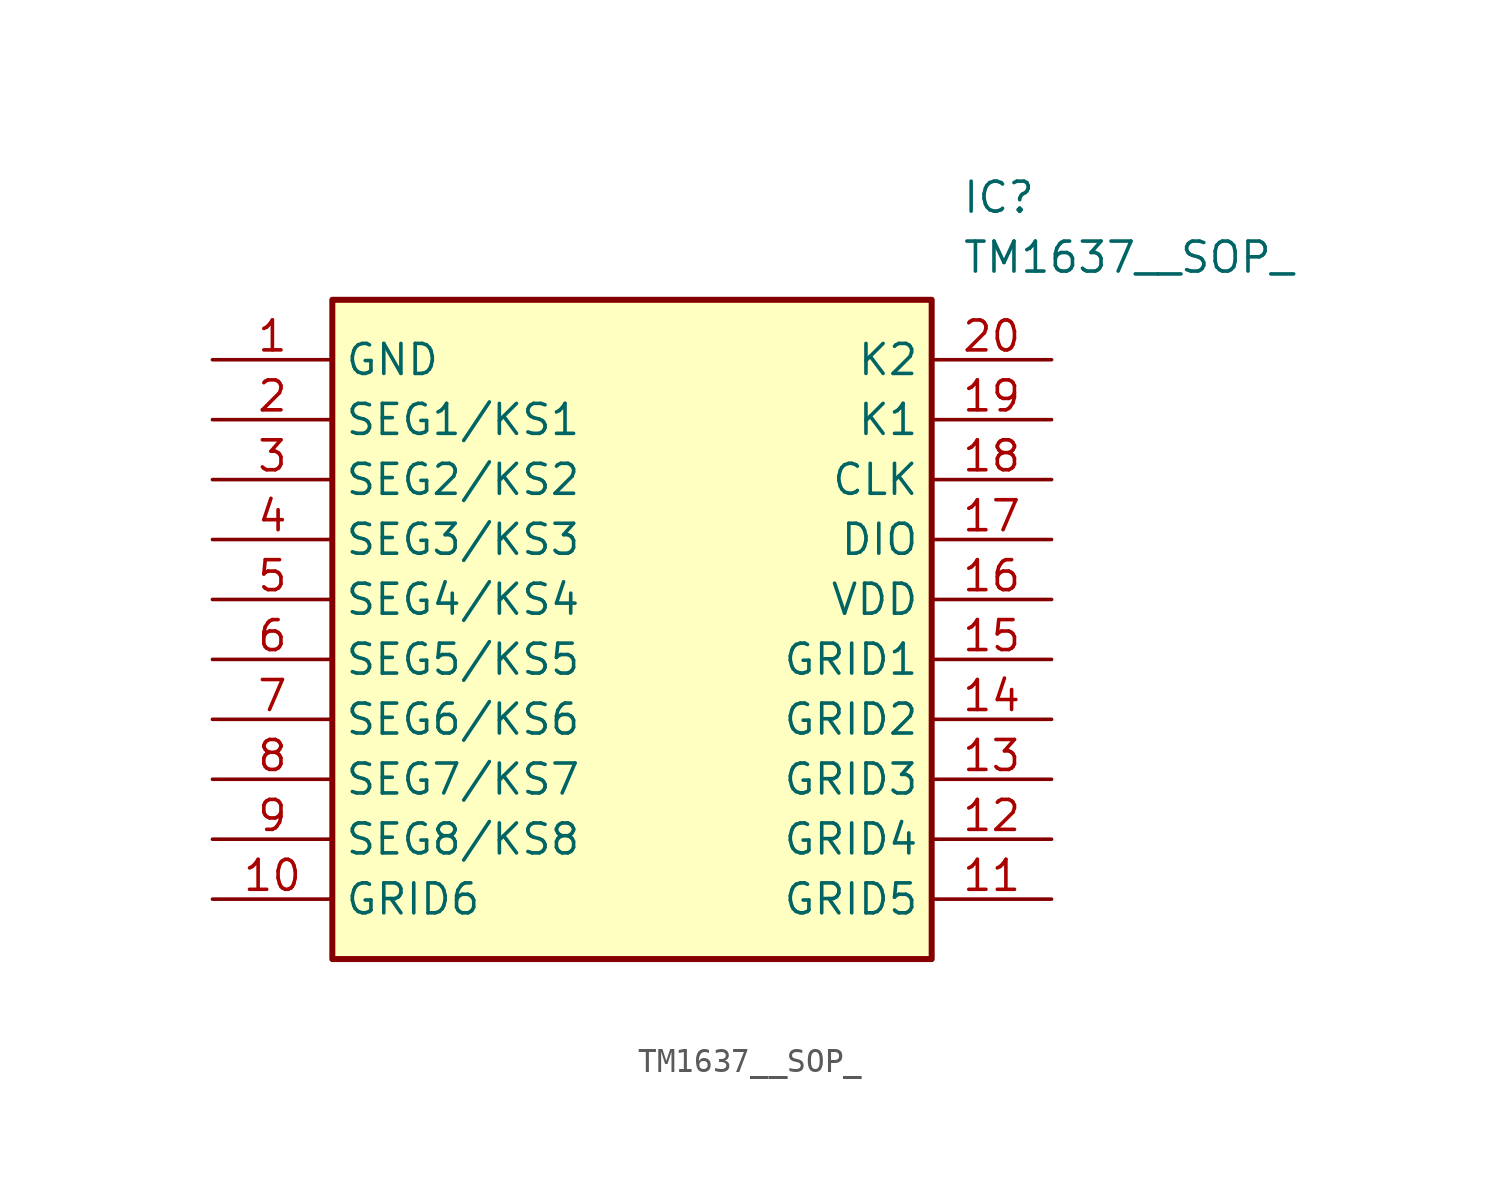
<source format=kicad_sym>
(kicad_symbol_lib
  (version 20211014)
  (generator SamacSys_ECAD_Model)
  (symbol "TM1637__SOP_"
    (property "Reference" "IC"
      (at 31.75 7.62 0)
      (effects (font (size 1.27 1.27)) (justify left top)))
    (property "Value" "TM1637__SOP_"
      (at 31.75 5.08 0)
      (effects (font (size 1.27 1.27)) (justify left top)))
    (rectangle
      (start 5.08 2.54)
      (end 30.48 -25.4)
      (stroke (width 0.254) (type default))
      (fill (type background)))
    (pin passive line
      (at 0 0 0)
      (length 5.08)
      (name "GND" (effects (font (size 1.27 1.27))))
      (number "1" (effects (font (size 1.27 1.27)))))
    (pin passive line
      (at 0 -2.54 0)
      (length 5.08)
      (name "SEG1/KS1" (effects (font (size 1.27 1.27))))
      (number "2" (effects (font (size 1.27 1.27)))))
    (pin passive line
      (at 0 -5.08 0)
      (length 5.08)
      (name "SEG2/KS2" (effects (font (size 1.27 1.27))))
      (number "3" (effects (font (size 1.27 1.27)))))
    (pin passive line
      (at 0 -7.62 0)
      (length 5.08)
      (name "SEG3/KS3" (effects (font (size 1.27 1.27))))
      (number "4" (effects (font (size 1.27 1.27)))))
    (pin passive line
      (at 0 -10.16 0)
      (length 5.08)
      (name "SEG4/KS4" (effects (font (size 1.27 1.27))))
      (number "5" (effects (font (size 1.27 1.27)))))
    (pin passive line
      (at 0 -12.7 0)
      (length 5.08)
      (name "SEG5/KS5" (effects (font (size 1.27 1.27))))
      (number "6" (effects (font (size 1.27 1.27)))))
    (pin passive line
      (at 0 -15.24 0)
      (length 5.08)
      (name "SEG6/KS6" (effects (font (size 1.27 1.27))))
      (number "7" (effects (font (size 1.27 1.27)))))
    (pin passive line
      (at 0 -17.78 0)
      (length 5.08)
      (name "SEG7/KS7" (effects (font (size 1.27 1.27))))
      (number "8" (effects (font (size 1.27 1.27)))))
    (pin passive line
      (at 0 -20.32 0)
      (length 5.08)
      (name "SEG8/KS8" (effects (font (size 1.27 1.27))))
      (number "9" (effects (font (size 1.27 1.27)))))
    (pin passive line
      (at 0 -22.86 0)
      (length 5.08)
      (name "GRID6" (effects (font (size 1.27 1.27))))
      (number "10" (effects (font (size 1.27 1.27)))))
    (pin passive line
      (at 35.56 0 180)
      (length 5.08)
      (name "K2" (effects (font (size 1.27 1.27))))
      (number "20" (effects (font (size 1.27 1.27)))))
    (pin passive line
      (at 35.56 -2.54 180)
      (length 5.08)
      (name "K1" (effects (font (size 1.27 1.27))))
      (number "19" (effects (font (size 1.27 1.27)))))
    (pin passive line
      (at 35.56 -5.08 180)
      (length 5.08)
      (name "CLK" (effects (font (size 1.27 1.27))))
      (number "18" (effects (font (size 1.27 1.27)))))
    (pin passive line
      (at 35.56 -7.62 180)
      (length 5.08)
      (name "DIO" (effects (font (size 1.27 1.27))))
      (number "17" (effects (font (size 1.27 1.27)))))
    (pin passive line
      (at 35.56 -10.16 180)
      (length 5.08)
      (name "VDD" (effects (font (size 1.27 1.27))))
      (number "16" (effects (font (size 1.27 1.27)))))
    (pin passive line
      (at 35.56 -12.7 180)
      (length 5.08)
      (name "GRID1" (effects (font (size 1.27 1.27))))
      (number "15" (effects (font (size 1.27 1.27)))))
    (pin passive line
      (at 35.56 -15.24 180)
      (length 5.08)
      (name "GRID2" (effects (font (size 1.27 1.27))))
      (number "14" (effects (font (size 1.27 1.27)))))
    (pin passive line
      (at 35.56 -17.78 180)
      (length 5.08)
      (name "GRID3" (effects (font (size 1.27 1.27))))
      (number "13" (effects (font (size 1.27 1.27)))))
    (pin passive line
      (at 35.56 -20.32 180)
      (length 5.08)
      (name "GRID4" (effects (font (size 1.27 1.27))))
      (number "12" (effects (font (size 1.27 1.27)))))
    (pin passive line
      (at 35.56 -22.86 180)
      (length 5.08)
      (name "GRID5" (effects (font (size 1.27 1.27))))
      (number "11" (effects (font (size 1.27 1.27)))))))
</source>
